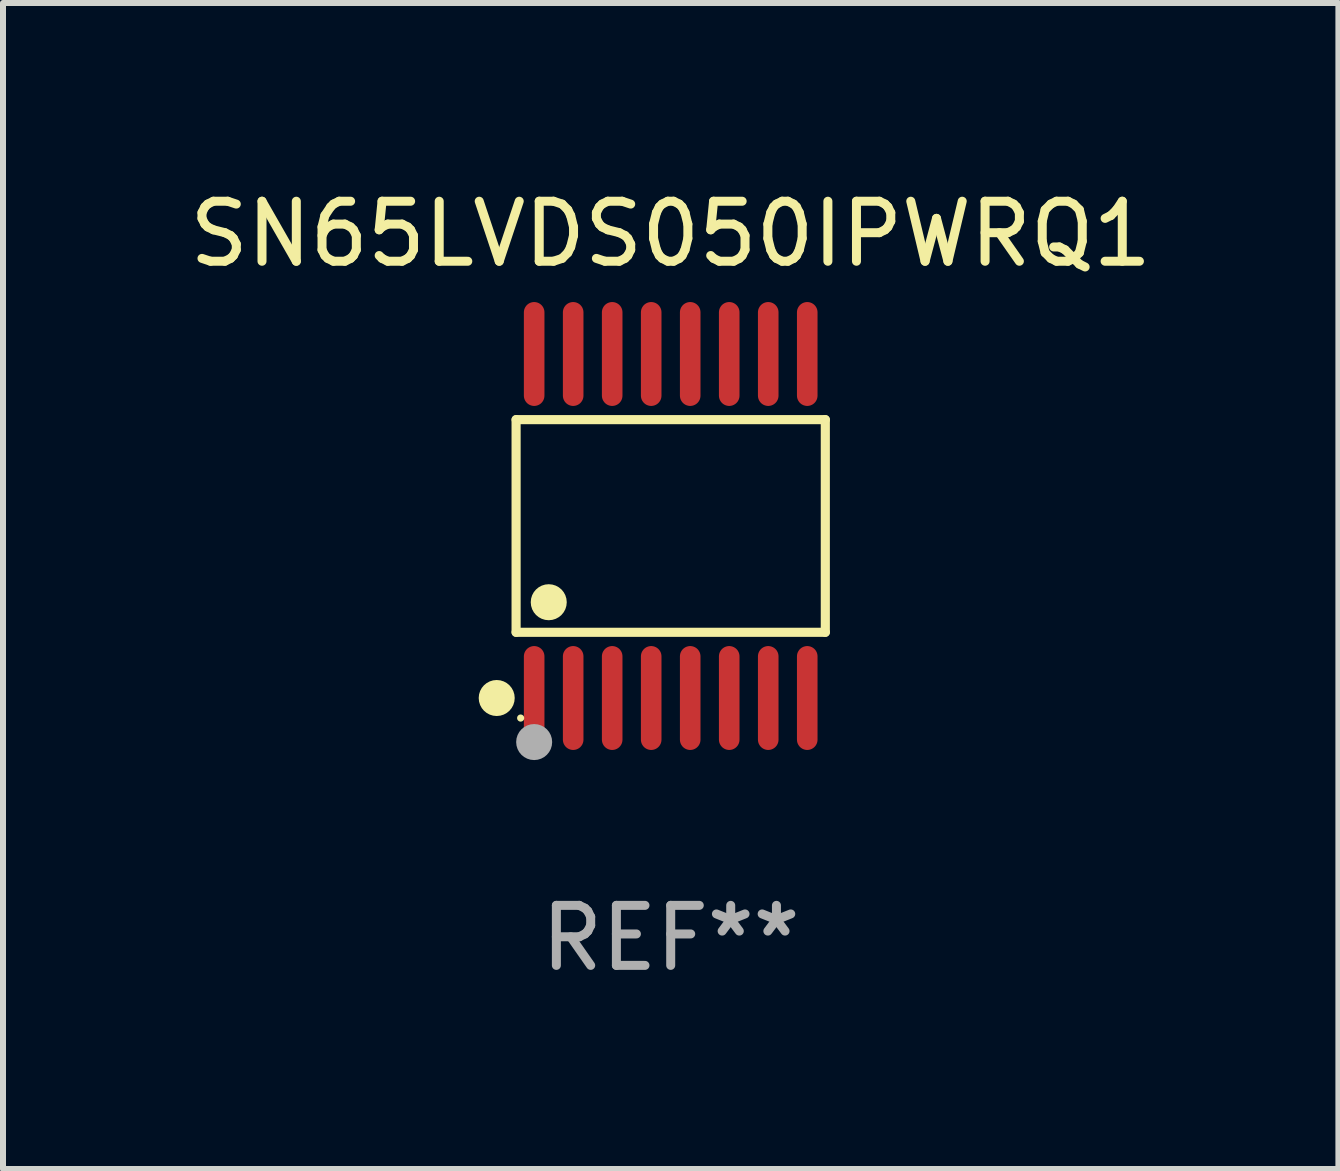
<source format=kicad_pcb>
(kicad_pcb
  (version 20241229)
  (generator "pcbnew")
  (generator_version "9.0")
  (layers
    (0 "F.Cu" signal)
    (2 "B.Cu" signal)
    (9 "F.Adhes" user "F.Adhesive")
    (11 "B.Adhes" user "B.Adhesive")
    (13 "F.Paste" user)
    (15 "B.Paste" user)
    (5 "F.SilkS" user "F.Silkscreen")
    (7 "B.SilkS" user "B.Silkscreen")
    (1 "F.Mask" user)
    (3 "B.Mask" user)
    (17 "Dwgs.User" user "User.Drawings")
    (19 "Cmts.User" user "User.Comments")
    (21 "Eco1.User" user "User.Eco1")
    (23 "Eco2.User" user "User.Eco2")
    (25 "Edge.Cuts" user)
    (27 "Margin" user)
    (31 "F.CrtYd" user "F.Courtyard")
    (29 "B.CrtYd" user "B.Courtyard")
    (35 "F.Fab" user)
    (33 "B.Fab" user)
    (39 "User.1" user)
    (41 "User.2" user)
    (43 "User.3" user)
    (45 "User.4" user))
  (footprint "SN65LVDS050IPWRQ1"
    (layer "F.Cu")
    (at 8.125 5.714)
    (property "Reference" "SN65LVDS050IPWRQ1" (at 0 -4.866 0) (layer "F.SilkS") (effects (font (size 1 1) (thickness 0.15))))
    (attr through_hole)
    (fp_line (start -2.576 -1.772) (end 2.576 -1.772) (stroke (width 0.152) (type solid)) (layer "F.SilkS"))
    (fp_line (start -2.576 1.771) (end -2.576 -1.772) (stroke (width 0.152) (type solid)) (layer "F.SilkS"))
    (fp_line (start 2.576 -1.772) (end 2.576 1.771) (stroke (width 0.152) (type solid)) (layer "F.SilkS"))
    (fp_line (start 2.576 1.771) (end -2.576 1.771) (stroke (width 0.152) (type solid)) (layer "F.SilkS"))
    (fp_circle (center -2.899 2.866) (end -2.749 2.866) (stroke (width 0.3) (type solid)) (fill no) (layer "F.SilkS"))
    (fp_circle (center -2.5 3.2) (end -2.47 3.2) (stroke (width 0.06) (type solid)) (fill no) (layer "F.SilkS"))
    (fp_circle (center -2.032 1.27) (end -1.882 1.27) (stroke (width 0.3) (type solid)) (fill no) (layer "F.SilkS"))
    (fp_circle (center -2.275 3.6) (end -2.125 3.6) (stroke (width 0.3) (type solid)) (fill no) (layer "F.Fab"))
    (fp_text user "REF**" (at 0 6.866 0) (layer "F.Fab") (effects (font (size 1 1) (thickness 0.15))))
    (pad "1" smd oval (at -2.275 2.866) (size 0.343 1.731) (layers "F.Cu" "F.Mask" "F.Paste"))
    (pad "2" smd oval (at -1.625 2.866) (size 0.343 1.731) (layers "F.Cu" "F.Mask" "F.Paste"))
    (pad "3" smd oval (at -0.975 2.866) (size 0.343 1.731) (layers "F.Cu" "F.Mask" "F.Paste"))
    (pad "4" smd oval (at -0.325 2.866) (size 0.343 1.731) (layers "F.Cu" "F.Mask" "F.Paste"))
    (pad "5" smd oval (at 0.325 2.866) (size 0.343 1.731) (layers "F.Cu" "F.Mask" "F.Paste"))
    (pad "6" smd oval (at 0.975 2.866) (size 0.343 1.731) (layers "F.Cu" "F.Mask" "F.Paste"))
    (pad "7" smd oval (at 1.625 2.866) (size 0.343 1.731) (layers "F.Cu" "F.Mask" "F.Paste"))
    (pad "8" smd oval (at 2.275 2.866) (size 0.343 1.731) (layers "F.Cu" "F.Mask" "F.Paste"))
    (pad "9" smd oval (at 2.275 -2.866) (size 0.343 1.731) (layers "F.Cu" "F.Mask" "F.Paste"))
    (pad "10" smd oval (at 1.625 -2.866) (size 0.343 1.731) (layers "F.Cu" "F.Mask" "F.Paste"))
    (pad "11" smd oval (at 0.975 -2.866) (size 0.343 1.731) (layers "F.Cu" "F.Mask" "F.Paste"))
    (pad "12" smd oval (at 0.325 -2.866) (size 0.343 1.731) (layers "F.Cu" "F.Mask" "F.Paste"))
    (pad "13" smd oval (at -0.325 -2.866) (size 0.343 1.731) (layers "F.Cu" "F.Mask" "F.Paste"))
    (pad "14" smd oval (at -0.975 -2.866) (size 0.343 1.731) (layers "F.Cu" "F.Mask" "F.Paste"))
    (pad "15" smd oval (at -1.625 -2.866) (size 0.343 1.731) (layers "F.Cu" "F.Mask" "F.Paste"))
    (pad "16" smd oval (at -2.275 -2.866) (size 0.343 1.731) (layers "F.Cu" "F.Mask" "F.Paste")))
  (gr_rect
    (start -3 -3)
    (end 19.25 16.428)
    (stroke (width 0.1) (type default))
    (fill no)
    (layer "Edge.Cuts")))
</source>
